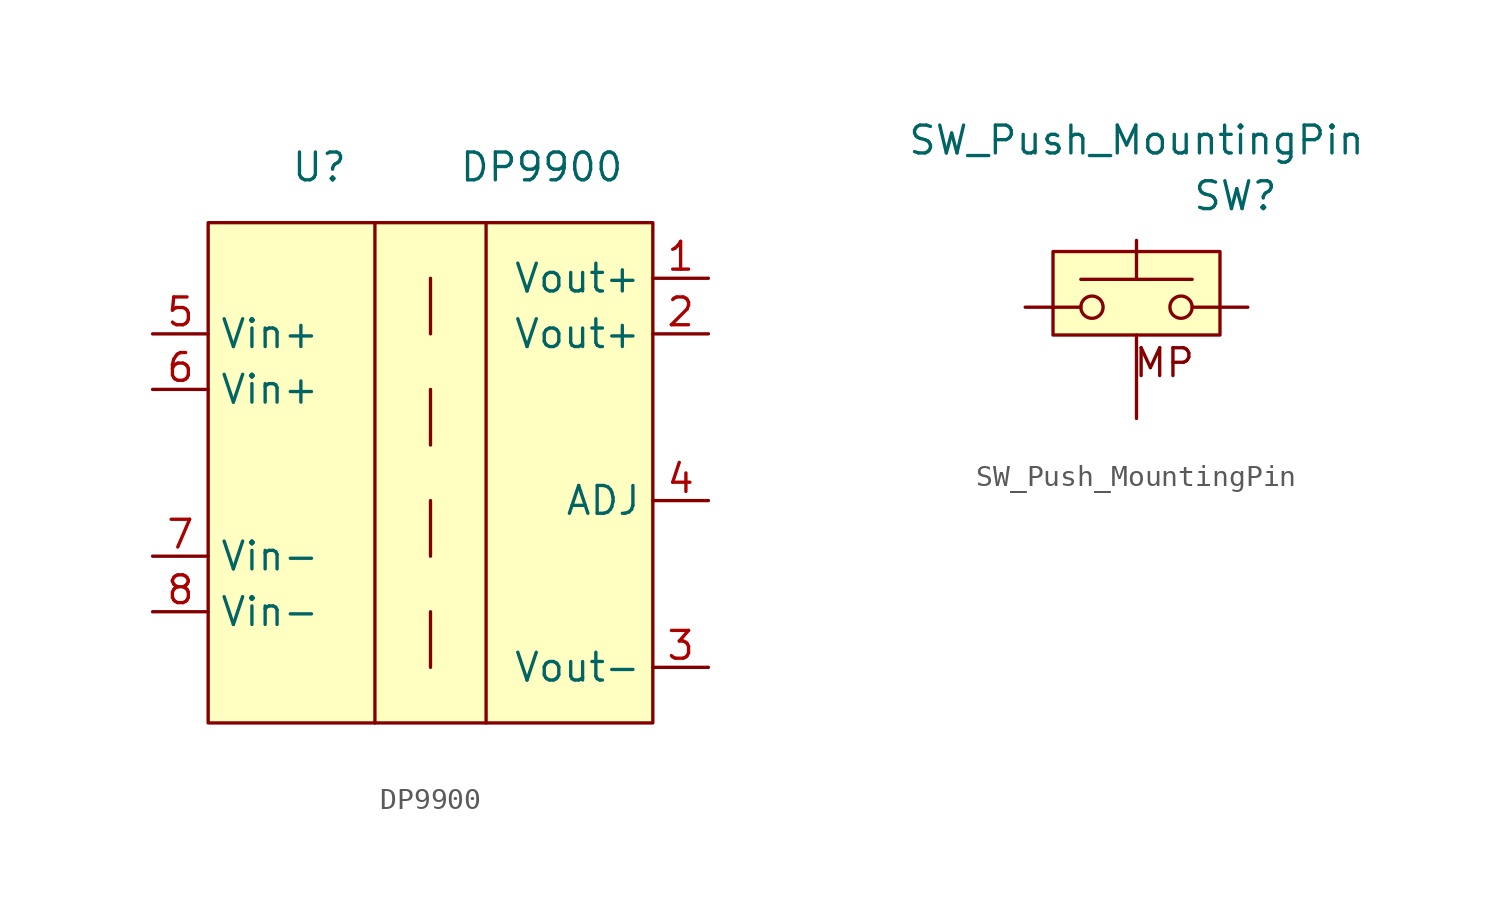
<source format=kicad_sym>
(kicad_symbol_lib
  (version 20211014)
  (generator kicad_symbol_editor)
  (symbol "DP9900"
    (property "Reference" "U"
      (at -5.08 12.7 0)
      (effects (font (size 1.27 1.27))))
    (property "Value" "DP9900"
      (at 5.08 12.7 0)
      (effects (font (size 1.27 1.27))))
    (symbol "DP9900_0_1"
      (rectangle (start -10.16 10.16) (end 10.16 -12.7) (stroke (width 0) (type default) (color 0 0 0 0)) (fill (type background)))
      (polyline (pts (xy -2.54 10.16) (xy -2.54 -12.7)) (stroke (width 0) (type default) (color 0 0 0 0)) (fill (type none)))
      (polyline (pts (xy 0 -7.62) (xy 0 -10.16)) (stroke (width 0) (type default) (color 0 0 0 0)) (fill (type none)))
      (polyline (pts (xy 0 -2.54) (xy 0 -5.08)) (stroke (width 0) (type default) (color 0 0 0 0)) (fill (type none)))
      (polyline (pts (xy 0 0) (xy 0 2.54)) (stroke (width 0) (type default) (color 0 0 0 0)) (fill (type none)))
      (polyline (pts (xy 0 5.08) (xy 0 7.62)) (stroke (width 0) (type default) (color 0 0 0 0)) (fill (type none)))
      (polyline (pts (xy 2.54 10.16) (xy 2.54 -12.7)) (stroke (width 0) (type default) (color 0 0 0 0)) (fill (type none))))
    (symbol "DP9900_1_1"
      (pin passive line (at 12.7 7.62 180) (length 2.54) (name "Vout+" (effects (font (size 1.27 1.27)))) (number "1" (effects (font (size 1.27 1.27)))))
      (pin passive line (at 12.7 5.08 180) (length 2.54) (name "Vout+" (effects (font (size 1.27 1.27)))) (number "2" (effects (font (size 1.27 1.27)))))
      (pin passive line (at 12.7 -10.16 180) (length 2.54) (name "Vout-" (effects (font (size 1.27 1.27)))) (number "3" (effects (font (size 1.27 1.27)))))
      (pin passive line (at 12.7 -2.54 180) (length 2.54) (name "ADJ" (effects (font (size 1.27 1.27)))) (number "4" (effects (font (size 1.27 1.27)))))
      (pin passive line (at -12.7 5.08 0) (length 2.54) (name "Vin+" (effects (font (size 1.27 1.27)))) (number "5" (effects (font (size 1.27 1.27)))))
      (pin passive line (at -12.7 2.54 0) (length 2.54) (name "Vin+" (effects (font (size 1.27 1.27)))) (number "6" (effects (font (size 1.27 1.27)))))
      (pin passive line (at -12.7 -5.08 0) (length 2.54) (name "Vin-" (effects (font (size 1.27 1.27)))) (number "7" (effects (font (size 1.27 1.27)))))
      (pin passive line (at -12.7 -7.62 0) (length 2.54) (name "Vin-" (effects (font (size 1.27 1.27)))) (number "8" (effects (font (size 1.27 1.27)))))))
  (symbol "SW_Push_MountingPin"
    (pin_numbers hide)
    (pin_names
      (offset 1.016) hide)
    (property "Reference" "SW"
      (at 2.54 5.08 0)
      (effects (font (size 1.27 1.27)) (justify left)))
    (property "Value" "SW_Push_MountingPin"
      (at 0 7.62 0)
      (effects (font (size 1.27 1.27))))
    (symbol "SW_Push_MountingPin_0_0"
      (text "MP" (at 1.27 -2.54 0) (effects (font (size 1.27 1.27)))))
    (symbol "SW_Push_MountingPin_0_1"
      (rectangle (start -3.81 2.54) (end 3.81 -1.27) (stroke (width 0) (type default) (color 0 0 0 0)) (fill (type background)))
      (circle (center -2.032 0) (radius 0.508) (stroke (width 0) (type default) (color 0 0 0 0)) (fill (type none)))
      (polyline (pts (xy 0 1.27) (xy 0 3.048)) (stroke (width 0) (type default) (color 0 0 0 0)) (fill (type none)))
      (polyline (pts (xy 2.54 1.27) (xy -2.54 1.27)) (stroke (width 0) (type default) (color 0 0 0 0)) (fill (type none)))
      (circle (center 2.032 0) (radius 0.508) (stroke (width 0) (type default) (color 0 0 0 0)) (fill (type none)))
      (pin passive line (at -5.08 0 0) (length 2.54) (name "1" (effects (font (size 1.27 1.27)))) (number "1" (effects (font (size 1.27 1.27)))))
      (pin passive line (at 5.08 0 180) (length 2.54) (name "2" (effects (font (size 1.27 1.27)))) (number "2" (effects (font (size 1.27 1.27)))))
      (pin passive line (at 0 -5.08 90) (length 3.81) (name "MP" (effects (font (size 1.27 1.27)))) (number "MP" (effects (font (size 1.27 1.27))))))))
</source>
